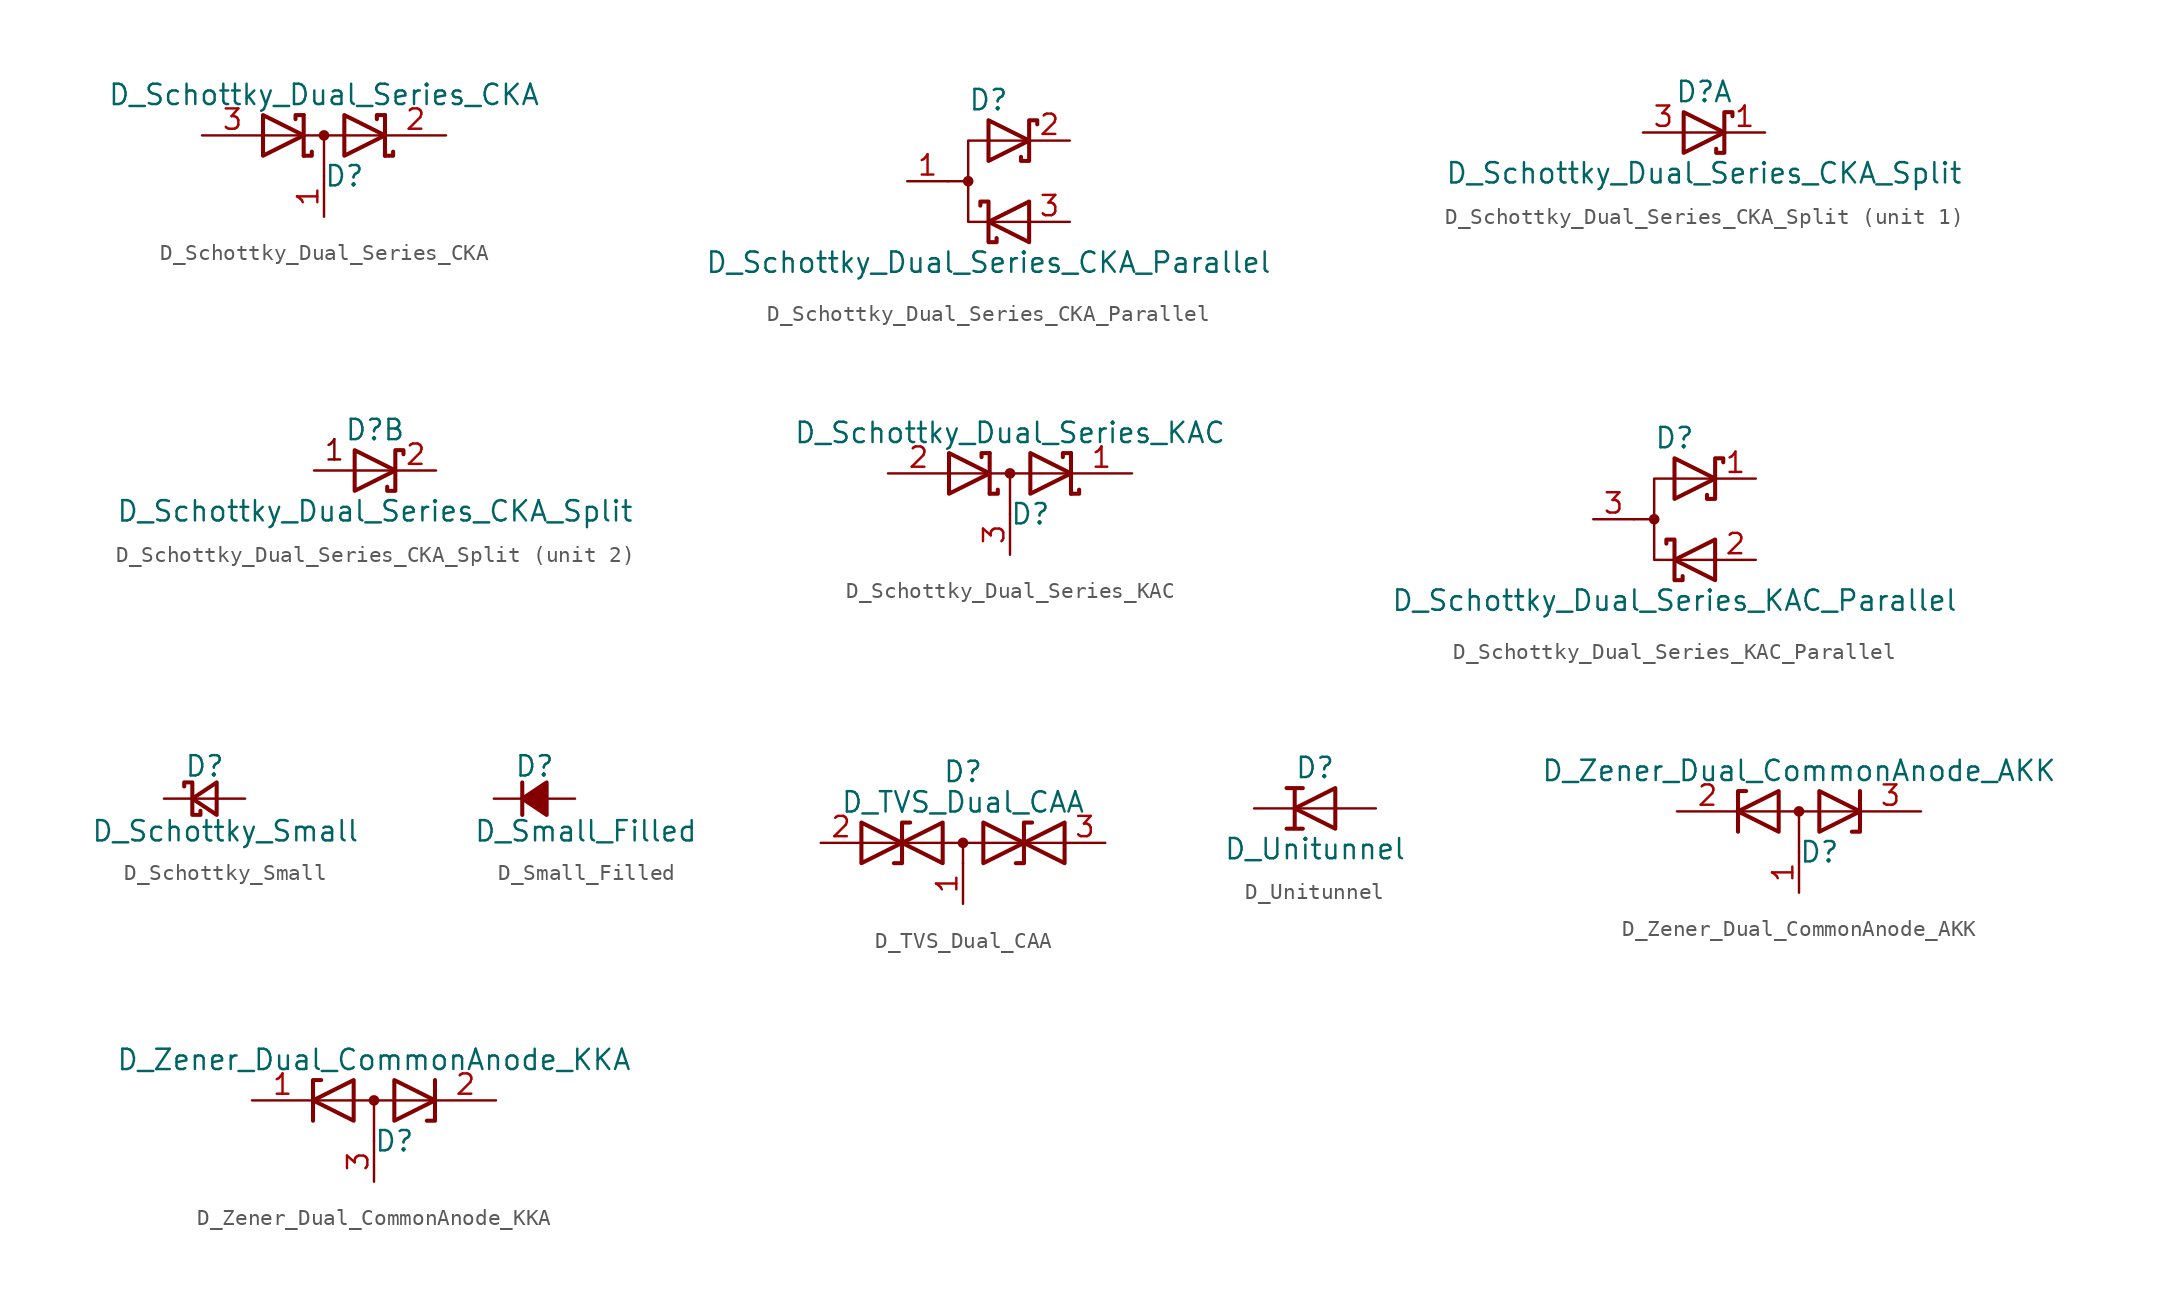
<source format=kicad_sym>
(kicad_symbol_lib
  (version 20220914)
  (generator kicad_symbol_editor)
  (symbol "D_Schottky_Dual_Series_CKA"
    (pin_names
      (offset 0.762) hide)
    (property "Reference" "D"
      (at 1.27 -2.54 0)
      (effects (font (size 1.27 1.27))))
    (property "Value" "D_Schottky_Dual_Series_CKA"
      (at 0 2.54 0)
      (effects (font (size 1.27 1.27))))
    (symbol "D_Schottky_Dual_Series_CKA_0_1"
      (polyline (pts (xy -3.81 0) (xy 3.81 0)) (stroke (width 0) (type default)) (fill (type none)))
      (polyline (pts (xy 0 0) (xy 0 -2.54)) (stroke (width 0) (type default)) (fill (type none)))
      (polyline (pts (xy -1.27 -1.27) (xy -1.27 1.27) (xy -1.27 1.27)) (stroke (width 0.254) (type default)) (fill (type none)))
      (polyline (pts (xy 3.81 1.27) (xy 3.81 -1.27) (xy 3.81 -1.27)) (stroke (width 0.254) (type default)) (fill (type none)))
      (polyline (pts (xy -1.27 -1.27) (xy -0.762 -1.27) (xy -0.762 -1.016) (xy -0.762 -1.016)) (stroke (width 0.254) (type default)) (fill (type none)))
      (polyline (pts (xy 3.81 -1.27) (xy 4.318 -1.27) (xy 4.318 -1.016) (xy 4.318 -1.016)) (stroke (width 0.254) (type default)) (fill (type none)))
      (polyline (pts (xy 3.81 1.27) (xy 3.302 1.27) (xy 3.302 1.016) (xy 3.302 1.016)) (stroke (width 0.254) (type default)) (fill (type none)))
      (polyline (pts (xy -1.778 1.016) (xy -1.778 1.27) (xy -1.27 1.27) (xy -1.27 1.27) (xy -1.27 1.27)) (stroke (width 0.254) (type default)) (fill (type none)))
      (polyline (pts (xy -3.81 1.27) (xy -1.27 0) (xy -3.81 -1.27) (xy -3.81 1.27) (xy -3.81 1.27) (xy -3.81 1.27)) (stroke (width 0.254) (type default)) (fill (type none)))
      (polyline (pts (xy 1.27 1.27) (xy 3.81 0) (xy 1.27 -1.27) (xy 1.27 1.27) (xy 1.27 1.27) (xy 1.27 1.27)) (stroke (width 0.254) (type default)) (fill (type none)))
      (circle (center 0 0) (radius 0.254) (stroke (width 0) (type default)) (fill (type outline)))
      (pin passive line (at 0 -5.08 90) (length 2.54) (name "common" (effects (font (size 1.27 1.27)))) (number "1" (effects (font (size 1.27 1.27)))))
      (pin passive line (at 7.62 0 180) (length 3.81) (name "K" (effects (font (size 1.27 1.27)))) (number "2" (effects (font (size 1.27 1.27)))))
      (pin passive line (at -7.62 0 0) (length 3.81) (name "A" (effects (font (size 1.27 1.27)))) (number "3" (effects (font (size 1.27 1.27)))))))
  (symbol "D_Schottky_Dual_Series_CKA_Parallel"
    (pin_names
      (offset 0.762) hide)
    (property "Reference" "D"
      (at 0 5.08 0)
      (effects (font (size 1.27 1.27))))
    (property "Value" "D_Schottky_Dual_Series_CKA_Parallel"
      (at 0 -5.08 0)
      (effects (font (size 1.27 1.27))))
    (symbol "D_Schottky_Dual_Series_CKA_Parallel_0_1"
      (circle (center -1.27 0) (radius 0.254) (stroke (width 0) (type default)) (fill (type outline)))
      (polyline (pts (xy -1.27 0) (xy -2.54 0)) (stroke (width 0) (type default)) (fill (type none)))
      (polyline (pts (xy 2.54 2.54) (xy -1.27 2.54) (xy -1.27 -2.54) (xy 2.54 -2.54)) (stroke (width 0) (type default)) (fill (type none)))
      (polyline (pts (xy -0.508 -1.524) (xy -0.508 -1.27) (xy 0 -1.27) (xy 0 -3.81) (xy 0.508 -3.81) (xy 0.508 -3.556)) (stroke (width 0.254) (type default)) (fill (type none)))
      (polyline (pts (xy 0 3.81) (xy 2.54 2.54) (xy 0 1.27) (xy 0 3.81) (xy 0 3.81) (xy 0 3.81)) (stroke (width 0.254) (type default)) (fill (type none)))
      (polyline (pts (xy 2.54 -1.27) (xy 0 -2.54) (xy 2.54 -3.81) (xy 2.54 -1.27) (xy 2.54 -1.27) (xy 2.54 -1.27)) (stroke (width 0.254) (type default)) (fill (type none)))
      (polyline (pts (xy 3.048 3.556) (xy 3.048 3.81) (xy 2.54 3.81) (xy 2.54 1.27) (xy 2.032 1.27) (xy 2.032 1.524)) (stroke (width 0.254) (type default)) (fill (type none)))
      (pin passive line (at -5.08 0 0) (length 2.54) (name "A" (effects (font (size 1.27 1.27)))) (number "1" (effects (font (size 1.27 1.27)))))
      (pin passive line (at 5.08 2.54 180) (length 2.54) (name "K" (effects (font (size 1.27 1.27)))) (number "2" (effects (font (size 1.27 1.27)))))
      (pin passive line (at 5.08 -2.54 180) (length 2.54) (name "K" (effects (font (size 1.27 1.27)))) (number "3" (effects (font (size 1.27 1.27)))))))
  (symbol "D_Schottky_Dual_Series_CKA_Split"
    (pin_names
      (offset 0.762) hide)
    (property "Reference" "D"
      (at 0 2.54 0)
      (effects (font (size 1.27 1.27))))
    (property "Value" "D_Schottky_Dual_Series_CKA_Split"
      (at 0 -2.54 0)
      (effects (font (size 1.27 1.27))))
    (property "ki_locked" ""
      (at 0 0 0)
      (effects (font (size 1.27 1.27))))
    (symbol "D_Schottky_Dual_Series_CKA_Split_0_1"
      (polyline (pts (xy -1.27 1.27) (xy 1.27 0) (xy -1.27 -1.27) (xy -1.27 1.27) (xy -1.27 1.27) (xy -1.27 1.27)) (stroke (width 0.254) (type default)) (fill (type none)))
      (polyline (pts (xy 1.778 1.016) (xy 1.778 1.27) (xy 1.27 1.27) (xy 1.27 -1.27) (xy 0.762 -1.27) (xy 0.762 -1.016)) (stroke (width 0.254) (type default)) (fill (type none))))
    (symbol "D_Schottky_Dual_Series_CKA_Split_1_1"
      (polyline (pts (xy 1.27 0) (xy -1.27 0)) (stroke (width 0) (type default)) (fill (type none)))
      (pin passive line (at 3.81 0 180) (length 2.54) (name "K" (effects (font (size 1.27 1.27)))) (number "1" (effects (font (size 1.27 1.27)))))
      (pin passive line (at -3.81 0 0) (length 2.54) (name "A" (effects (font (size 1.27 1.27)))) (number "3" (effects (font (size 1.27 1.27))))))
    (symbol "D_Schottky_Dual_Series_CKA_Split_2_0"
      (polyline (pts (xy 1.27 0) (xy -3.81 0)) (stroke (width 0) (type default)) (fill (type none)))
      (text "1" (at -2.54 1.27 0) (effects (font (size 1.27 1.27)))))
    (symbol "D_Schottky_Dual_Series_CKA_Split_2_1"
      (pin passive line (at 3.81 0 180) (length 2.54) (name "K" (effects (font (size 1.27 1.27)))) (number "2" (effects (font (size 1.27 1.27)))))))
  (symbol "D_Schottky_Dual_Series_KAC"
    (pin_names
      (offset 0.762) hide)
    (property "Reference" "D"
      (at 1.27 -2.54 0)
      (effects (font (size 1.27 1.27))))
    (property "Value" "D_Schottky_Dual_Series_KAC"
      (at 0 2.54 0)
      (effects (font (size 1.27 1.27))))
    (symbol "D_Schottky_Dual_Series_KAC_0_1"
      (polyline (pts (xy -3.81 0) (xy 3.81 0)) (stroke (width 0) (type default)) (fill (type none)))
      (polyline (pts (xy 0 0) (xy 0 -2.54)) (stroke (width 0) (type default)) (fill (type none)))
      (polyline (pts (xy -1.27 -1.27) (xy -1.27 1.27) (xy -1.27 1.27)) (stroke (width 0.254) (type default)) (fill (type none)))
      (polyline (pts (xy 3.81 1.27) (xy 3.81 -1.27) (xy 3.81 -1.27)) (stroke (width 0.254) (type default)) (fill (type none)))
      (polyline (pts (xy -1.27 -1.27) (xy -0.762 -1.27) (xy -0.762 -1.016) (xy -0.762 -1.016)) (stroke (width 0.254) (type default)) (fill (type none)))
      (polyline (pts (xy 3.81 -1.27) (xy 4.318 -1.27) (xy 4.318 -1.016) (xy 4.318 -1.016)) (stroke (width 0.254) (type default)) (fill (type none)))
      (polyline (pts (xy 3.81 1.27) (xy 3.302 1.27) (xy 3.302 1.016) (xy 3.302 1.016)) (stroke (width 0.254) (type default)) (fill (type none)))
      (polyline (pts (xy -1.778 1.016) (xy -1.778 1.27) (xy -1.27 1.27) (xy -1.27 1.27) (xy -1.27 1.27)) (stroke (width 0.254) (type default)) (fill (type none)))
      (polyline (pts (xy -3.81 1.27) (xy -1.27 0) (xy -3.81 -1.27) (xy -3.81 1.27) (xy -3.81 1.27) (xy -3.81 1.27)) (stroke (width 0.254) (type default)) (fill (type none)))
      (polyline (pts (xy 1.27 1.27) (xy 3.81 0) (xy 1.27 -1.27) (xy 1.27 1.27) (xy 1.27 1.27) (xy 1.27 1.27)) (stroke (width 0.254) (type default)) (fill (type none)))
      (circle (center 0 0) (radius 0.254) (stroke (width 0) (type default)) (fill (type outline)))
      (pin passive line (at 7.62 0 180) (length 3.81) (name "K" (effects (font (size 1.27 1.27)))) (number "1" (effects (font (size 1.27 1.27)))))
      (pin passive line (at -7.62 0 0) (length 3.81) (name "A" (effects (font (size 1.27 1.27)))) (number "2" (effects (font (size 1.27 1.27)))))
      (pin passive line (at 0 -5.08 90) (length 2.54) (name "common" (effects (font (size 1.27 1.27)))) (number "3" (effects (font (size 1.27 1.27)))))))
  (symbol "D_Schottky_Dual_Series_KAC_Parallel"
    (pin_names
      (offset 0.762) hide)
    (property "Reference" "D"
      (at 0 5.08 0)
      (effects (font (size 1.27 1.27))))
    (property "Value" "D_Schottky_Dual_Series_KAC_Parallel"
      (at 0 -5.08 0)
      (effects (font (size 1.27 1.27))))
    (symbol "D_Schottky_Dual_Series_KAC_Parallel_0_1"
      (circle (center -1.27 0) (radius 0.254) (stroke (width 0) (type default)) (fill (type outline)))
      (polyline (pts (xy -1.27 0) (xy -2.54 0)) (stroke (width 0) (type default)) (fill (type none)))
      (polyline (pts (xy 2.54 2.54) (xy -1.27 2.54) (xy -1.27 -2.54) (xy 2.54 -2.54)) (stroke (width 0) (type default)) (fill (type none)))
      (polyline (pts (xy -0.508 -1.524) (xy -0.508 -1.27) (xy 0 -1.27) (xy 0 -3.81) (xy 0.508 -3.81) (xy 0.508 -3.556)) (stroke (width 0.254) (type default)) (fill (type none)))
      (polyline (pts (xy 0 3.81) (xy 2.54 2.54) (xy 0 1.27) (xy 0 3.81) (xy 0 3.81) (xy 0 3.81)) (stroke (width 0.254) (type default)) (fill (type none)))
      (polyline (pts (xy 2.54 -1.27) (xy 0 -2.54) (xy 2.54 -3.81) (xy 2.54 -1.27) (xy 2.54 -1.27) (xy 2.54 -1.27)) (stroke (width 0.254) (type default)) (fill (type none)))
      (polyline (pts (xy 3.048 3.556) (xy 3.048 3.81) (xy 2.54 3.81) (xy 2.54 1.27) (xy 2.032 1.27) (xy 2.032 1.524)) (stroke (width 0.254) (type default)) (fill (type none)))
      (pin passive line (at 5.08 2.54 180) (length 2.54) (name "K" (effects (font (size 1.27 1.27)))) (number "1" (effects (font (size 1.27 1.27)))))
      (pin passive line (at 5.08 -2.54 180) (length 2.54) (name "K" (effects (font (size 1.27 1.27)))) (number "2" (effects (font (size 1.27 1.27)))))
      (pin passive line (at -5.08 0 0) (length 2.54) (name "A" (effects (font (size 1.27 1.27)))) (number "3" (effects (font (size 1.27 1.27)))))))
  (symbol "D_Schottky_Small"
    (pin_numbers hide)
    (pin_names
      (offset 0.254) hide)
    (property "Reference" "D"
      (at -1.27 2.032 0)
      (effects (font (size 1.27 1.27)) (justify left)))
    (property "Value" "D_Schottky_Small"
      (at -7.112 -2.032 0)
      (effects (font (size 1.27 1.27)) (justify left)))
    (symbol "D_Schottky_Small_0_1"
      (polyline (pts (xy -0.762 0) (xy 0.762 0)) (stroke (width 0) (type default)) (fill (type none)))
      (polyline (pts (xy 0.762 -1.016) (xy -0.762 0) (xy 0.762 1.016) (xy 0.762 -1.016)) (stroke (width 0.254) (type default)) (fill (type none)))
      (polyline (pts (xy -1.27 0.762) (xy -1.27 1.016) (xy -0.762 1.016) (xy -0.762 -1.016) (xy -0.254 -1.016) (xy -0.254 -0.762)) (stroke (width 0.254) (type default)) (fill (type none))))
    (symbol "D_Schottky_Small_1_1"
      (pin passive line (at -2.54 0 0) (length 1.778) (name "K" (effects (font (size 1.27 1.27)))) (number "1" (effects (font (size 1.27 1.27)))))
      (pin passive line (at 2.54 0 180) (length 1.778) (name "A" (effects (font (size 1.27 1.27)))) (number "2" (effects (font (size 1.27 1.27)))))))
  (symbol "D_Small_Filled"
    (pin_numbers hide)
    (pin_names
      (offset 0.254) hide)
    (property "Reference" "D"
      (at -1.27 2.032 0)
      (effects (font (size 1.27 1.27)) (justify left)))
    (property "Value" "D_Small_Filled"
      (at -3.81 -2.032 0)
      (effects (font (size 1.27 1.27)) (justify left)))
    (symbol "D_Small_Filled_0_1"
      (polyline (pts (xy -0.762 -1.016) (xy -0.762 1.016)) (stroke (width 0.254) (type default)) (fill (type none)))
      (polyline (pts (xy -0.762 0) (xy 0.762 0)) (stroke (width 0) (type default)) (fill (type none)))
      (polyline (pts (xy 0.762 -1.016) (xy -0.762 0) (xy 0.762 1.016) (xy 0.762 -1.016)) (stroke (width 0.254) (type default)) (fill (type outline))))
    (symbol "D_Small_Filled_1_1"
      (pin passive line (at -2.54 0 0) (length 1.778) (name "K" (effects (font (size 1.27 1.27)))) (number "1" (effects (font (size 1.27 1.27)))))
      (pin passive line (at 2.54 0 180) (length 1.778) (name "A" (effects (font (size 1.27 1.27)))) (number "2" (effects (font (size 1.27 1.27)))))))
  (symbol "D_TVS_Dual_CAA"
    (pin_names
      (offset 1.016) hide)
    (property "Reference" "D"
      (at 0 4.445 0)
      (effects (font (size 1.27 1.27))))
    (property "Value" "D_TVS_Dual_CAA"
      (at 0 2.54 0)
      (effects (font (size 1.27 1.27))))
    (symbol "D_TVS_Dual_CAA_0_1"
      (polyline (pts (xy -6.35 0) (xy 6.35 0)) (stroke (width 0) (type default)) (fill (type none)))
      (polyline (pts (xy 0 0) (xy 0 -1.27)) (stroke (width 0) (type default)) (fill (type none)))
      (polyline (pts (xy -3.302 1.27) (xy -3.81 1.27) (xy -3.81 -1.27) (xy -4.318 -1.27)) (stroke (width 0.254) (type default)) (fill (type none)))
      (polyline (pts (xy 4.318 1.27) (xy 3.81 1.27) (xy 3.81 -1.27) (xy 3.302 -1.27)) (stroke (width 0.254) (type default)) (fill (type none)))
      (polyline (pts (xy -6.35 -1.27) (xy -1.27 1.27) (xy -1.27 -1.27) (xy -6.35 1.27) (xy -6.35 -1.27)) (stroke (width 0.254) (type default)) (fill (type none)))
      (polyline (pts (xy 1.27 1.016) (xy 1.27 -1.27) (xy 6.35 1.27) (xy 6.35 -1.27) (xy 1.27 1.27) (xy 1.27 1.016)) (stroke (width 0.254) (type default)) (fill (type none)))
      (circle (center 0 0) (radius 0.254) (stroke (width 0) (type default)) (fill (type outline))))
    (symbol "D_TVS_Dual_CAA_1_1"
      (pin input line (at 0 -3.81 90) (length 2.54) (name "common" (effects (font (size 1.27 1.27)))) (number "1" (effects (font (size 1.27 1.27)))))
      (pin passive line (at -8.89 0 0) (length 2.54) (name "A1" (effects (font (size 1.27 1.27)))) (number "2" (effects (font (size 1.27 1.27)))))
      (pin passive line (at 8.89 0 180) (length 2.54) (name "A2" (effects (font (size 1.27 1.27)))) (number "3" (effects (font (size 1.27 1.27)))))))
  (symbol "D_Unitunnel"
    (pin_numbers hide)
    (pin_names
      (offset 1.016) hide)
    (property "Reference" "D"
      (at 0 2.54 0)
      (effects (font (size 1.27 1.27))))
    (property "Value" "D_Unitunnel"
      (at 0 -2.54 0)
      (effects (font (size 1.27 1.27))))
    (symbol "D_Unitunnel_0_1"
      (polyline (pts (xy 1.27 0) (xy -1.27 0)) (stroke (width 0) (type default)) (fill (type none)))
      (polyline (pts (xy 1.27 -1.27) (xy 1.27 1.27) (xy -1.27 0) (xy 1.27 -1.27)) (stroke (width 0.254) (type default)) (fill (type none)))
      (polyline (pts (xy -1.778 -1.27) (xy -0.762 -1.27) (xy -1.27 -1.27) (xy -1.27 1.27) (xy -0.762 1.27) (xy -1.778 1.27)) (stroke (width 0.254) (type default)) (fill (type none))))
    (symbol "D_Unitunnel_1_1"
      (pin passive line (at -3.81 0 0) (length 2.54) (name "K" (effects (font (size 1.27 1.27)))) (number "1" (effects (font (size 1.27 1.27)))))
      (pin passive line (at 3.81 0 180) (length 2.54) (name "A" (effects (font (size 1.27 1.27)))) (number "2" (effects (font (size 1.27 1.27)))))))
  (symbol "D_Zener_Dual_CommonAnode_AKK"
    (pin_names
      (offset 0.762) hide)
    (property "Reference" "D"
      (at 1.27 -2.54 0)
      (effects (font (size 1.27 1.27))))
    (property "Value" "D_Zener_Dual_CommonAnode_AKK"
      (at 0 2.54 0)
      (effects (font (size 1.27 1.27))))
    (symbol "D_Zener_Dual_CommonAnode_AKK_0_1"
      (polyline (pts (xy -3.556 0) (xy 3.81 0)) (stroke (width 0) (type default)) (fill (type none)))
      (polyline (pts (xy 0 0) (xy 0 -2.54)) (stroke (width 0) (type default)) (fill (type none)))
      (polyline (pts (xy -3.81 -1.27) (xy -3.81 1.27) (xy -3.302 1.27)) (stroke (width 0.254) (type default)) (fill (type none)))
      (polyline (pts (xy 3.81 1.27) (xy 3.81 -1.27) (xy 3.302 -1.27)) (stroke (width 0.254) (type default)) (fill (type none)))
      (polyline (pts (xy -1.27 -1.27) (xy -3.81 0) (xy -1.27 1.27) (xy -1.27 -1.27) (xy -1.27 -1.27) (xy -1.27 -1.27)) (stroke (width 0.254) (type default)) (fill (type none)))
      (polyline (pts (xy 1.27 1.27) (xy 3.81 0) (xy 1.27 -1.27) (xy 1.27 1.27) (xy 1.27 1.27) (xy 1.27 1.27)) (stroke (width 0.254) (type default)) (fill (type none)))
      (circle (center 0 0) (radius 0.254) (stroke (width 0) (type default)) (fill (type outline)))
      (pin passive line (at 0 -5.08 90) (length 2.54) (name "A" (effects (font (size 1.27 1.27)))) (number "1" (effects (font (size 1.27 1.27)))))
      (pin passive line (at -7.62 0 0) (length 3.81) (name "K" (effects (font (size 1.27 1.27)))) (number "2" (effects (font (size 1.27 1.27)))))
      (pin passive line (at 7.62 0 180) (length 3.81) (name "K" (effects (font (size 1.27 1.27)))) (number "3" (effects (font (size 1.27 1.27)))))))
  (symbol "D_Zener_Dual_CommonAnode_KKA"
    (pin_names
      (offset 0.762) hide)
    (property "Reference" "D"
      (at 1.27 -2.54 0)
      (effects (font (size 1.27 1.27))))
    (property "Value" "D_Zener_Dual_CommonAnode_KKA"
      (at 0 2.54 0)
      (effects (font (size 1.27 1.27))))
    (symbol "D_Zener_Dual_CommonAnode_KKA_0_1"
      (polyline (pts (xy -3.556 0) (xy 3.81 0)) (stroke (width 0) (type default)) (fill (type none)))
      (polyline (pts (xy 0 0) (xy 0 -2.54)) (stroke (width 0) (type default)) (fill (type none)))
      (polyline (pts (xy -3.81 -1.27) (xy -3.81 1.27) (xy -3.302 1.27)) (stroke (width 0.254) (type default)) (fill (type none)))
      (polyline (pts (xy 3.302 -1.27) (xy 3.81 -1.27) (xy 3.81 1.27)) (stroke (width 0.254) (type default)) (fill (type none)))
      (polyline (pts (xy -1.27 -1.27) (xy -3.81 0) (xy -1.27 1.27) (xy -1.27 -1.27) (xy -1.27 -1.27) (xy -1.27 -1.27)) (stroke (width 0.254) (type default)) (fill (type none)))
      (polyline (pts (xy 1.27 1.27) (xy 3.81 0) (xy 1.27 -1.27) (xy 1.27 1.27) (xy 1.27 1.27) (xy 1.27 1.27)) (stroke (width 0.254) (type default)) (fill (type none)))
      (circle (center 0 0) (radius 0.254) (stroke (width 0) (type default)) (fill (type outline)))
      (pin passive line (at -7.62 0 0) (length 3.81) (name "K" (effects (font (size 1.27 1.27)))) (number "1" (effects (font (size 1.27 1.27)))))
      (pin passive line (at 7.62 0 180) (length 3.81) (name "K" (effects (font (size 1.27 1.27)))) (number "2" (effects (font (size 1.27 1.27)))))
      (pin passive line (at 0 -5.08 90) (length 2.54) (name "A" (effects (font (size 1.27 1.27)))) (number "3" (effects (font (size 1.27 1.27))))))))
</source>
